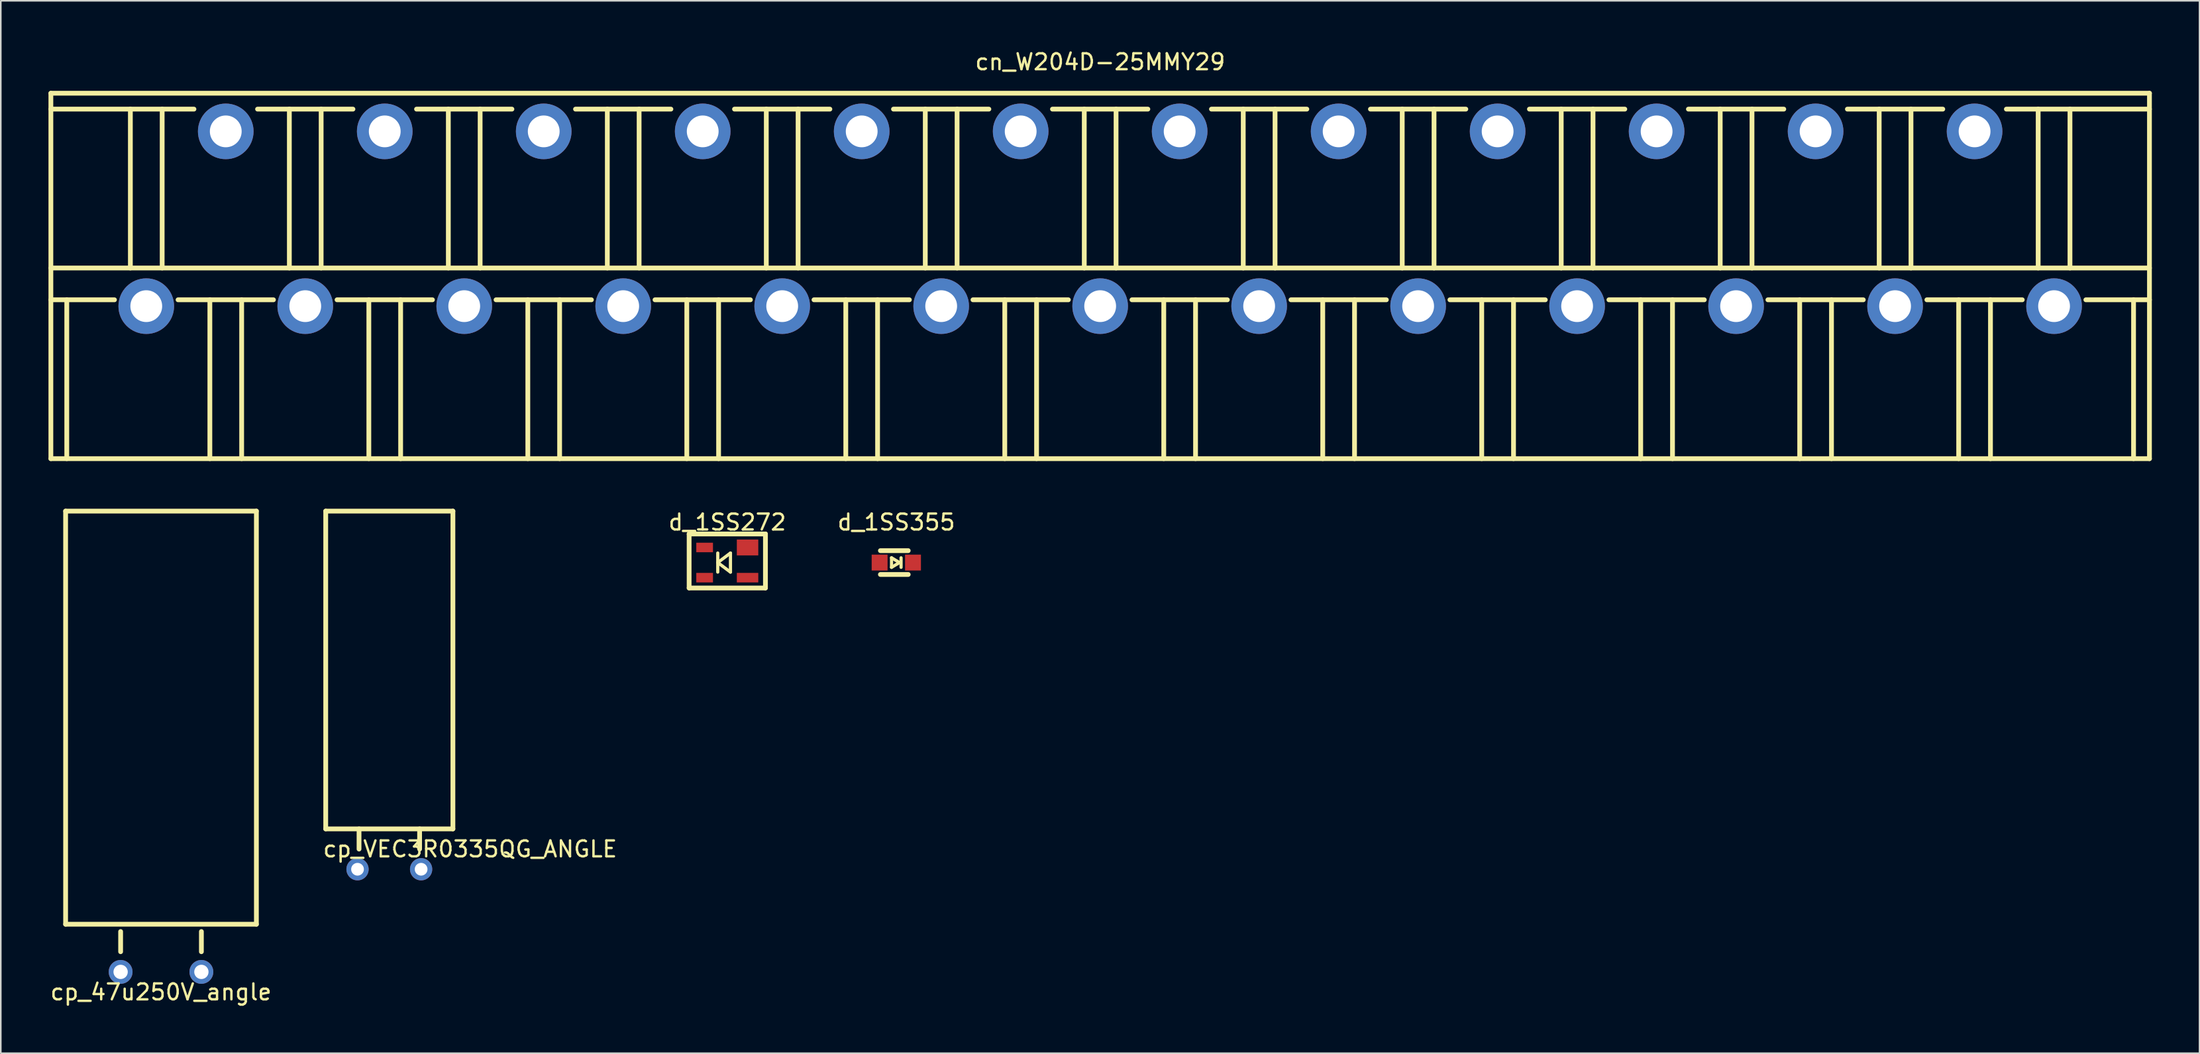
<source format=kicad_pcb>
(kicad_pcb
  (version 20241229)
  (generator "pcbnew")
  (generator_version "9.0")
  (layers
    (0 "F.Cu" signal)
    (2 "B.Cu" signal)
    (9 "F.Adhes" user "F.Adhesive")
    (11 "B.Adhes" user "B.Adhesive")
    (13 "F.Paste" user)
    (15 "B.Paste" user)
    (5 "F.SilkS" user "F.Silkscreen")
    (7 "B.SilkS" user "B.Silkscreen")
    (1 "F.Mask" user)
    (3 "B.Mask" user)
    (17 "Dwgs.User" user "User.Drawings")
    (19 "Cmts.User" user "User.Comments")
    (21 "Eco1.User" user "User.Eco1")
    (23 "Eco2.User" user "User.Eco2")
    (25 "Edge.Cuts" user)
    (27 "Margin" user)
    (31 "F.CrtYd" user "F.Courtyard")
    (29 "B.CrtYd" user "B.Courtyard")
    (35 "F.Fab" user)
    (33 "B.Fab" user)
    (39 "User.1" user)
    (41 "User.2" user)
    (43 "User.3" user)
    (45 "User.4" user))
  (footprint "cp_VEC3R0335QG_ANGLE"
    (layer "F.Cu")
    (at 21.438 51.658)
    (property "Reference" "cp_VEC3R0335QG_ANGLE" (at 5.08 -1.27 0) (layer "F.SilkS") (effects (font (size 1 1) (thickness 0.15))))
    (attr through_hole)
    (fp_line (start -4 -22.54) (end -4 -2.54) (stroke (width 0.3) (type solid)) (layer "F.SilkS"))
    (fp_line (start -4 -2.54) (end 4 -2.54) (stroke (width 0.3) (type solid)) (layer "F.SilkS"))
    (fp_line (start -1.905 -1.27) (end -1.905 -2.54) (stroke (width 0.3) (type solid)) (layer "F.SilkS"))
    (fp_line (start 1.905 -1.27) (end 1.905 -2.54) (stroke (width 0.3) (type solid)) (layer "F.SilkS"))
    (fp_line (start 4 -22.54) (end -4 -22.54) (stroke (width 0.3) (type solid)) (layer "F.SilkS"))
    (fp_line (start 4 -2.54) (end 4 -22.54) (stroke (width 0.3) (type solid)) (layer "F.SilkS"))
    (pad "1" thru_hole circle (at -2 0) (size 1.4 1.4) (drill 0.8) (layers "*.Cu" "*.Mask"))
    (pad "2" thru_hole circle (at 2 0) (size 1.4 1.4) (drill 0.8) (layers "*.Cu" "*.Mask")))
  (footprint "cp_47u250V_angle"
    (layer "F.Cu")
    (at 7.077 58.118)
    (property "Reference" "cp_47u250V_angle" (at 0 1.27 0) (layer "F.SilkS") (effects (font (size 1 1) (thickness 0.15))))
    (attr through_hole)
    (fp_line (start -6 -29) (end -6 -3) (stroke (width 0.3) (type solid)) (layer "F.SilkS"))
    (fp_line (start -6 -3) (end 6 -3) (stroke (width 0.3) (type solid)) (layer "F.SilkS"))
    (fp_line (start -2.54 -1.27) (end -2.54 -2.54) (stroke (width 0.3) (type solid)) (layer "F.SilkS"))
    (fp_line (start 2.54 -1.27) (end 2.54 -2.54) (stroke (width 0.3) (type solid)) (layer "F.SilkS"))
    (fp_line (start 6 -29) (end -6 -29) (stroke (width 0.3) (type solid)) (layer "F.SilkS"))
    (fp_line (start 6 -3) (end 6 -29) (stroke (width 0.3) (type solid)) (layer "F.SilkS"))
    (pad "1" thru_hole circle (at -2.54 0) (size 1.5 1.5) (drill 0.9) (layers "*.Cu" "*.Mask"))
    (pad "2" thru_hole circle (at 2.54 0) (size 1.5 1.5) (drill 0.9) (layers "*.Cu" "*.Mask")))
  (footprint "cn_W204D-25MMY29"
    (layer "F.Cu")
    (at 66.15 14.818)
    (property "Reference" "cn_W204D-25MMY29" (at 0 -13.97 0) (layer "F.SilkS") (effects (font (size 1 1) (thickness 0.15))))
    (attr through_hole)
    (fp_line (start -66 -12) (end -66 11) (stroke (width 0.3) (type solid)) (layer "F.SilkS"))
    (fp_line (start -66 -11) (end -57 -11) (stroke (width 0.3) (type solid)) (layer "F.SilkS"))
    (fp_line (start -66 1) (end -62 1) (stroke (width 0.3) (type solid)) (layer "F.SilkS"))
    (fp_line (start -66 11) (end 66 11) (stroke (width 0.3) (type solid)) (layer "F.SilkS"))
    (fp_line (start -65 11) (end -65 1) (stroke (width 0.3) (type solid)) (layer "F.SilkS"))
    (fp_line (start -61 -1) (end -61 -11) (stroke (width 0.3) (type solid)) (layer "F.SilkS"))
    (fp_line (start -59 -11) (end -59 -1) (stroke (width 0.3) (type solid)) (layer "F.SilkS"))
    (fp_line (start -58 1) (end -52 1) (stroke (width 0.3) (type solid)) (layer "F.SilkS"))
    (fp_line (start -56 1) (end -56 11) (stroke (width 0.3) (type solid)) (layer "F.SilkS"))
    (fp_line (start -54 11) (end -54 1) (stroke (width 0.3) (type solid)) (layer "F.SilkS"))
    (fp_line (start -53 -11) (end -47 -11) (stroke (width 0.3) (type solid)) (layer "F.SilkS"))
    (fp_line (start -51 -11) (end -51 -1) (stroke (width 0.3) (type solid)) (layer "F.SilkS"))
    (fp_line (start -49 -1) (end -49 -11) (stroke (width 0.3) (type solid)) (layer "F.SilkS"))
    (fp_line (start -48 1) (end -42 1) (stroke (width 0.3) (type solid)) (layer "F.SilkS"))
    (fp_line (start -46 1) (end -46 11) (stroke (width 0.3) (type solid)) (layer "F.SilkS"))
    (fp_line (start -44 11) (end -44 1) (stroke (width 0.3) (type solid)) (layer "F.SilkS"))
    (fp_line (start -43 -11) (end -37 -11) (stroke (width 0.3) (type solid)) (layer "F.SilkS"))
    (fp_line (start -41 -11) (end -41 -1) (stroke (width 0.3) (type solid)) (layer "F.SilkS"))
    (fp_line (start -39 -1) (end -39 -11) (stroke (width 0.3) (type solid)) (layer "F.SilkS"))
    (fp_line (start -38 1) (end -32 1) (stroke (width 0.3) (type solid)) (layer "F.SilkS"))
    (fp_line (start -36 1) (end -36 11) (stroke (width 0.3) (type solid)) (layer "F.SilkS"))
    (fp_line (start -34 11) (end -34 1) (stroke (width 0.3) (type solid)) (layer "F.SilkS"))
    (fp_line (start -33 -11) (end -27 -11) (stroke (width 0.3) (type solid)) (layer "F.SilkS"))
    (fp_line (start -31 -11) (end -31 -1) (stroke (width 0.3) (type solid)) (layer "F.SilkS"))
    (fp_line (start -29 -1) (end -29 -11) (stroke (width 0.3) (type solid)) (layer "F.SilkS"))
    (fp_line (start -28 1) (end -22 1) (stroke (width 0.3) (type solid)) (layer "F.SilkS"))
    (fp_line (start -26 1) (end -26 11) (stroke (width 0.3) (type solid)) (layer "F.SilkS"))
    (fp_line (start -24 11) (end -24 1) (stroke (width 0.3) (type solid)) (layer "F.SilkS"))
    (fp_line (start -23 -11) (end -17 -11) (stroke (width 0.3) (type solid)) (layer "F.SilkS"))
    (fp_line (start -21 -11) (end -21 -1) (stroke (width 0.3) (type solid)) (layer "F.SilkS"))
    (fp_line (start -19 -1) (end -19 -11) (stroke (width 0.3) (type solid)) (layer "F.SilkS"))
    (fp_line (start -18 1) (end -12 1) (stroke (width 0.3) (type solid)) (layer "F.SilkS"))
    (fp_line (start -16 1) (end -16 11) (stroke (width 0.3) (type solid)) (layer "F.SilkS"))
    (fp_line (start -14 11) (end -14 1) (stroke (width 0.3) (type solid)) (layer "F.SilkS"))
    (fp_line (start -13 -11) (end -7 -11) (stroke (width 0.3) (type solid)) (layer "F.SilkS"))
    (fp_line (start -11 -11) (end -11 -1) (stroke (width 0.3) (type solid)) (layer "F.SilkS"))
    (fp_line (start -9 -1) (end -9 -11) (stroke (width 0.3) (type solid)) (layer "F.SilkS"))
    (fp_line (start -8 1) (end -2 1) (stroke (width 0.3) (type solid)) (layer "F.SilkS"))
    (fp_line (start -6 1) (end -6 11) (stroke (width 0.3) (type solid)) (layer "F.SilkS"))
    (fp_line (start -4 11) (end -4 1) (stroke (width 0.3) (type solid)) (layer "F.SilkS"))
    (fp_line (start -3 -11) (end 3 -11) (stroke (width 0.3) (type solid)) (layer "F.SilkS"))
    (fp_line (start -1 -11) (end -1 -1) (stroke (width 0.3) (type solid)) (layer "F.SilkS"))
    (fp_line (start 1 -1) (end 1 -11) (stroke (width 0.3) (type solid)) (layer "F.SilkS"))
    (fp_line (start 2 1) (end 8 1) (stroke (width 0.3) (type solid)) (layer "F.SilkS"))
    (fp_line (start 4 1) (end 4 11) (stroke (width 0.3) (type solid)) (layer "F.SilkS"))
    (fp_line (start 6 11) (end 6 1) (stroke (width 0.3) (type solid)) (layer "F.SilkS"))
    (fp_line (start 7 -11) (end 13 -11) (stroke (width 0.3) (type solid)) (layer "F.SilkS"))
    (fp_line (start 9 -11) (end 9 -1) (stroke (width 0.3) (type solid)) (layer "F.SilkS"))
    (fp_line (start 11 -1) (end 11 -11) (stroke (width 0.3) (type solid)) (layer "F.SilkS"))
    (fp_line (start 12 1) (end 18 1) (stroke (width 0.3) (type solid)) (layer "F.SilkS"))
    (fp_line (start 14 1) (end 14 11) (stroke (width 0.3) (type solid)) (layer "F.SilkS"))
    (fp_line (start 16 11) (end 16 1) (stroke (width 0.3) (type solid)) (layer "F.SilkS"))
    (fp_line (start 17 -11) (end 23 -11) (stroke (width 0.3) (type solid)) (layer "F.SilkS"))
    (fp_line (start 19 -11) (end 19 -1) (stroke (width 0.3) (type solid)) (layer "F.SilkS"))
    (fp_line (start 21 -1) (end 21 -11) (stroke (width 0.3) (type solid)) (layer "F.SilkS"))
    (fp_line (start 22 1) (end 28 1) (stroke (width 0.3) (type solid)) (layer "F.SilkS"))
    (fp_line (start 24 1) (end 24 11) (stroke (width 0.3) (type solid)) (layer "F.SilkS"))
    (fp_line (start 26 11) (end 26 1) (stroke (width 0.3) (type solid)) (layer "F.SilkS"))
    (fp_line (start 27 -11) (end 33 -11) (stroke (width 0.3) (type solid)) (layer "F.SilkS"))
    (fp_line (start 29 -11) (end 29 -1) (stroke (width 0.3) (type solid)) (layer "F.SilkS"))
    (fp_line (start 31 -1) (end 31 -11) (stroke (width 0.3) (type solid)) (layer "F.SilkS"))
    (fp_line (start 32 1) (end 38 1) (stroke (width 0.3) (type solid)) (layer "F.SilkS"))
    (fp_line (start 34 1) (end 34 11) (stroke (width 0.3) (type solid)) (layer "F.SilkS"))
    (fp_line (start 36 11) (end 36 1) (stroke (width 0.3) (type solid)) (layer "F.SilkS"))
    (fp_line (start 37 -11) (end 43 -11) (stroke (width 0.3) (type solid)) (layer "F.SilkS"))
    (fp_line (start 39 -11) (end 39 -1) (stroke (width 0.3) (type solid)) (layer "F.SilkS"))
    (fp_line (start 41 -1) (end 41 -11) (stroke (width 0.3) (type solid)) (layer "F.SilkS"))
    (fp_line (start 42 1) (end 48 1) (stroke (width 0.3) (type solid)) (layer "F.SilkS"))
    (fp_line (start 44 1) (end 44 11) (stroke (width 0.3) (type solid)) (layer "F.SilkS"))
    (fp_line (start 46 11) (end 46 1) (stroke (width 0.3) (type solid)) (layer "F.SilkS"))
    (fp_line (start 47 -11) (end 53 -11) (stroke (width 0.3) (type solid)) (layer "F.SilkS"))
    (fp_line (start 49 -1) (end 49 -11) (stroke (width 0.3) (type solid)) (layer "F.SilkS"))
    (fp_line (start 51 -11) (end 51 -1) (stroke (width 0.3) (type solid)) (layer "F.SilkS"))
    (fp_line (start 52 1) (end 58 1) (stroke (width 0.3) (type solid)) (layer "F.SilkS"))
    (fp_line (start 54 1) (end 54 11) (stroke (width 0.3) (type solid)) (layer "F.SilkS"))
    (fp_line (start 56 11) (end 56 1) (stroke (width 0.3) (type solid)) (layer "F.SilkS"))
    (fp_line (start 57 -11) (end 66 -11) (stroke (width 0.3) (type solid)) (layer "F.SilkS"))
    (fp_line (start 59 -11) (end 59 -1) (stroke (width 0.3) (type solid)) (layer "F.SilkS"))
    (fp_line (start 61 -1) (end 61 -11) (stroke (width 0.3) (type solid)) (layer "F.SilkS"))
    (fp_line (start 62 1) (end 66 1) (stroke (width 0.3) (type solid)) (layer "F.SilkS"))
    (fp_line (start 65 11) (end 65 1) (stroke (width 0.3) (type solid)) (layer "F.SilkS"))
    (fp_line (start 66 -12) (end -66 -12) (stroke (width 0.3) (type solid)) (layer "F.SilkS"))
    (fp_line (start 66 -1) (end -66 -1) (stroke (width 0.3) (type solid)) (layer "F.SilkS"))
    (fp_line (start 66 11) (end 66 -12) (stroke (width 0.3) (type solid)) (layer "F.SilkS"))
    (pad "1" thru_hole circle (at -60 1.4) (size 3.5 3.5) (drill 2) (layers "*.Cu" "*.Mask"))
    (pad "2" thru_hole circle (at -55 -9.6) (size 3.5 3.5) (drill 2) (layers "*.Cu" "*.Mask"))
    (pad "3" thru_hole circle (at -50 1.4) (size 3.5 3.5) (drill 2) (layers "*.Cu" "*.Mask"))
    (pad "4" thru_hole circle (at -45 -9.6) (size 3.5 3.5) (drill 2) (layers "*.Cu" "*.Mask"))
    (pad "5" thru_hole circle (at -40 1.4) (size 3.5 3.5) (drill 2) (layers "*.Cu" "*.Mask"))
    (pad "6" thru_hole circle (at -35 -9.6) (size 3.5 3.5) (drill 2) (layers "*.Cu" "*.Mask"))
    (pad "7" thru_hole circle (at -30 1.4) (size 3.5 3.5) (drill 2) (layers "*.Cu" "*.Mask"))
    (pad "8" thru_hole circle (at -25 -9.6) (size 3.5 3.5) (drill 2) (layers "*.Cu" "*.Mask"))
    (pad "9" thru_hole circle (at -20 1.4) (size 3.5 3.5) (drill 2) (layers "*.Cu" "*.Mask"))
    (pad "10" thru_hole circle (at -15 -9.6) (size 3.5 3.5) (drill 2) (layers "*.Cu" "*.Mask"))
    (pad "11" thru_hole circle (at -10 1.4) (size 3.5 3.5) (drill 2) (layers "*.Cu" "*.Mask"))
    (pad "12" thru_hole circle (at -5 -9.6) (size 3.5 3.5) (drill 2) (layers "*.Cu" "*.Mask"))
    (pad "13" thru_hole circle (at 0 1.4) (size 3.5 3.5) (drill 2) (layers "*.Cu" "*.Mask"))
    (pad "14" thru_hole circle (at 5 -9.6) (size 3.5 3.5) (drill 2) (layers "*.Cu" "*.Mask"))
    (pad "15" thru_hole circle (at 10 1.4) (size 3.5 3.5) (drill 2) (layers "*.Cu" "*.Mask"))
    (pad "16" thru_hole circle (at 15 -9.6) (size 3.5 3.5) (drill 2) (layers "*.Cu" "*.Mask"))
    (pad "17" thru_hole circle (at 20 1.4) (size 3.5 3.5) (drill 2) (layers "*.Cu" "*.Mask"))
    (pad "18" thru_hole circle (at 25 -9.6) (size 3.5 3.5) (drill 2) (layers "*.Cu" "*.Mask"))
    (pad "19" thru_hole circle (at 30 1.4) (size 3.5 3.5) (drill 2) (layers "*.Cu" "*.Mask"))
    (pad "20" thru_hole circle (at 35 -9.6) (size 3.5 3.5) (drill 2) (layers "*.Cu" "*.Mask"))
    (pad "21" thru_hole circle (at 40 1.4) (size 3.5 3.5) (drill 2) (layers "*.Cu" "*.Mask"))
    (pad "22" thru_hole circle (at 45 -9.6) (size 3.5 3.5) (drill 2) (layers "*.Cu" "*.Mask"))
    (pad "23" thru_hole circle (at 50 1.4) (size 3.5 3.5) (drill 2) (layers "*.Cu" "*.Mask"))
    (pad "24" thru_hole circle (at 55 -9.6) (size 3.5 3.5) (drill 2) (layers "*.Cu" "*.Mask"))
    (pad "25" thru_hole circle (at 60 1.4) (size 3.5 3.5) (drill 2) (layers "*.Cu" "*.Mask")))
  (footprint "d_1SS355"
    (layer "F.Cu")
    (at 53.327 32.356)
    (property "Reference" "d_1SS355" (at 0 -2.54 0) (layer "F.SilkS") (effects (font (size 1 1) (thickness 0.15))))
    (attr through_hole)
    (fp_line (start -1 -0.75) (end 0.75 -0.75) (stroke (width 0.3) (type solid)) (layer "F.SilkS"))
    (fp_line (start -1 0.75) (end 0.75 0.75) (stroke (width 0.3) (type solid)) (layer "F.SilkS"))
    (fp_line (start -0.3 -0.3) (end -0.3 0.3) (stroke (width 0.2) (type solid)) (layer "F.SilkS"))
    (fp_line (start -0.3 0.3) (end 0.2 0) (stroke (width 0.2) (type solid)) (layer "F.SilkS"))
    (fp_line (start 0.2 0) (end -0.3 -0.3) (stroke (width 0.2) (type solid)) (layer "F.SilkS"))
    (fp_line (start 0.3 0.3) (end 0.3 -0.3) (stroke (width 0.2) (type solid)) (layer "F.SilkS"))
    (pad "1" smd rect (at -1.05 0) (size 1 1) (layers "F.Cu" "F.Mask" "F.Paste"))
    (pad "2" smd rect (at 1.05 0) (size 1 1) (layers "F.Cu" "F.Mask" "F.Paste")))
  (footprint "d_1SS272"
    (layer "F.Cu")
    (at 42.696 32.356)
    (property "Reference" "d_1SS272" (at 0 -2.54 0) (layer "F.SilkS") (effects (font (size 1 1) (thickness 0.15))))
    (attr through_hole)
    (fp_line (start -2.4 -1.8) (end -2.4 1.6) (stroke (width 0.3) (type solid)) (layer "F.SilkS"))
    (fp_line (start -0.6 0) (end 0.2 -0.6) (stroke (width 0.2) (type solid)) (layer "F.SilkS"))
    (fp_line (start -0.6 0) (end 0.2 0.6) (stroke (width 0.2) (type solid)) (layer "F.SilkS"))
    (fp_line (start -0.6 0.6) (end -0.6 -0.6) (stroke (width 0.2) (type solid)) (layer "F.SilkS"))
    (fp_line (start 0.2 0.6) (end 0.2 -0.6) (stroke (width 0.2) (type solid)) (layer "F.SilkS"))
    (fp_line (start 2.4 -1.8) (end -2.4 -1.8) (stroke (width 0.3) (type solid)) (layer "F.SilkS"))
    (fp_line (start 2.4 -1.8) (end 2.4 1.6) (stroke (width 0.3) (type solid)) (layer "F.SilkS"))
    (fp_line (start 2.4 1.6) (end -2.4 1.6) (stroke (width 0.3) (type solid)) (layer "F.SilkS"))
    (pad "1" smd rect (at -1.425 -0.95) (size 1.05 0.6) (layers "F.Cu" "F.Mask" "F.Paste"))
    (pad "2" smd rect (at -1.425 0.95) (size 1.05 0.6) (layers "F.Cu" "F.Mask" "F.Paste"))
    (pad "3" smd rect (at 1.275 0.95) (size 1.35 0.6) (layers "F.Cu" "F.Mask" "F.Paste"))
    (pad "4" smd rect (at 1.275 -0.95) (size 1.35 1) (layers "F.Cu" "F.Mask" "F.Paste")))
  (gr_rect
    (start -3 -3)
    (end 135.3 63.236)
    (stroke (width 0.1) (type default))
    (fill no)
    (layer "Edge.Cuts")))
</source>
